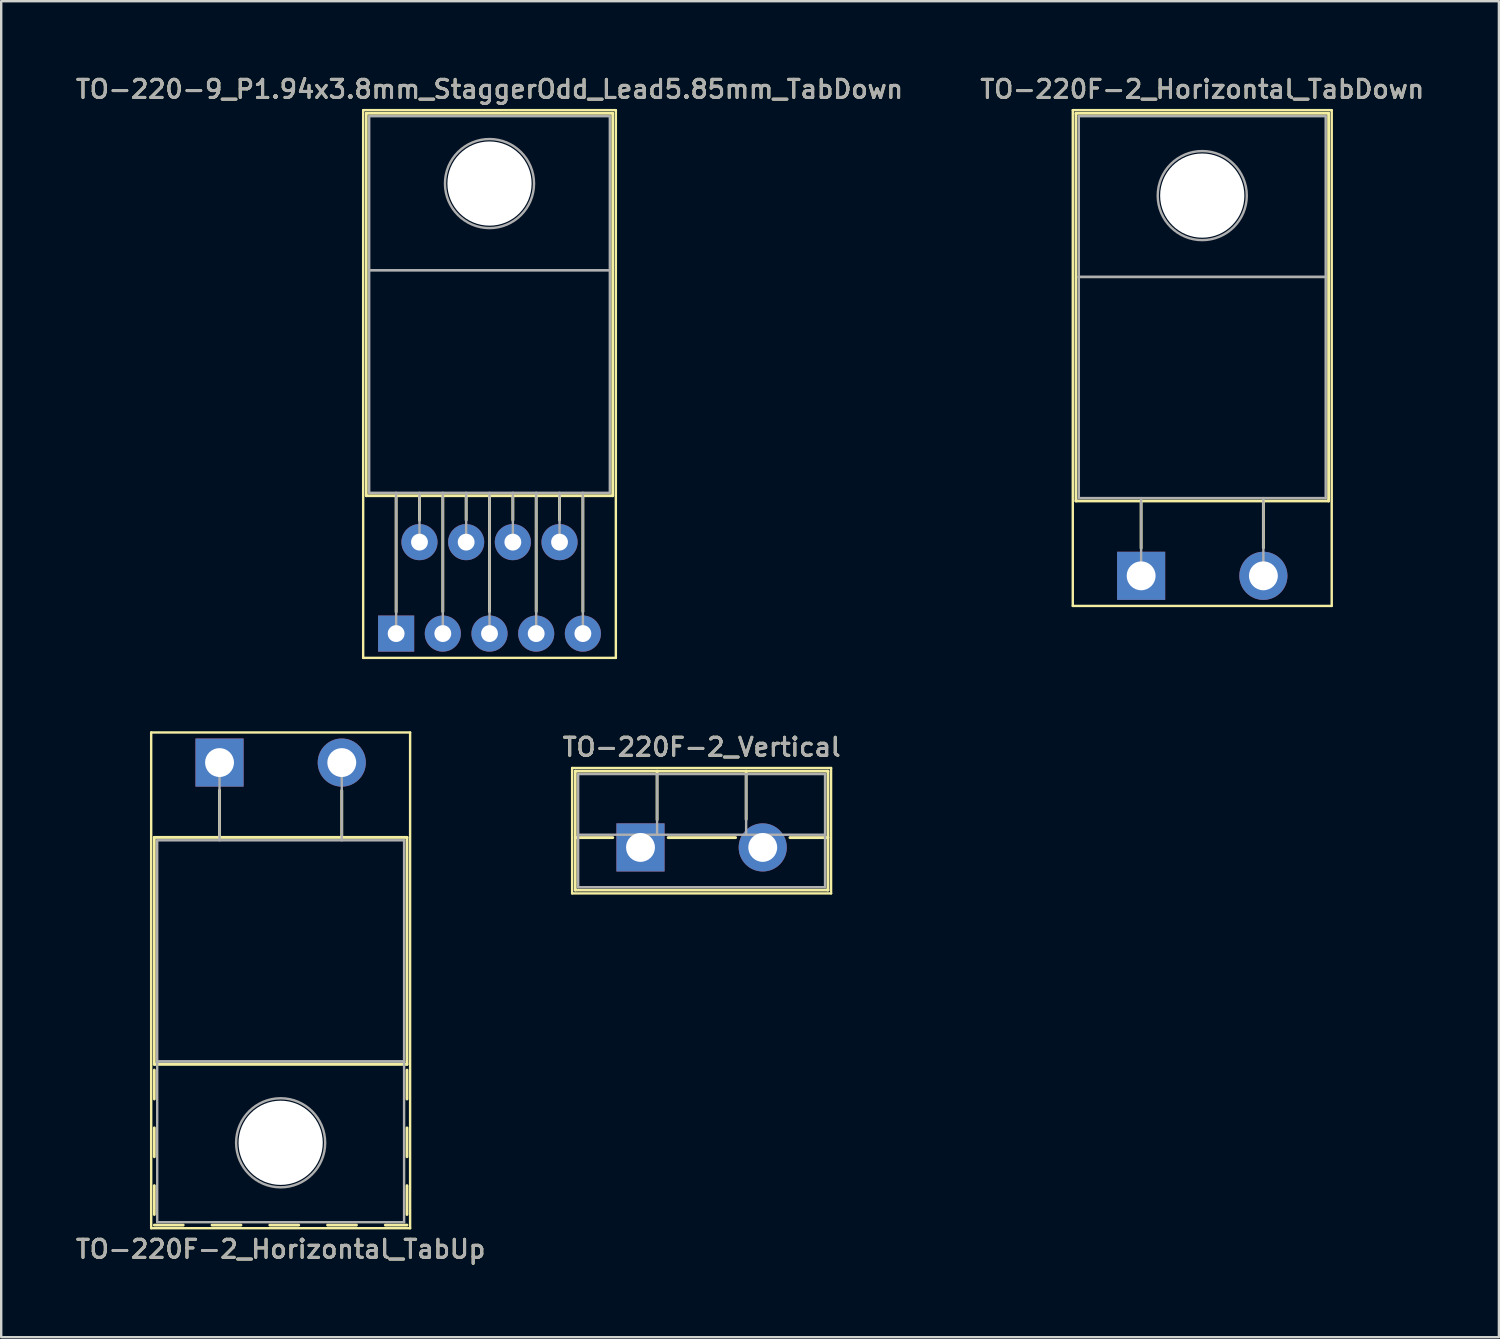
<source format=kicad_pcb>
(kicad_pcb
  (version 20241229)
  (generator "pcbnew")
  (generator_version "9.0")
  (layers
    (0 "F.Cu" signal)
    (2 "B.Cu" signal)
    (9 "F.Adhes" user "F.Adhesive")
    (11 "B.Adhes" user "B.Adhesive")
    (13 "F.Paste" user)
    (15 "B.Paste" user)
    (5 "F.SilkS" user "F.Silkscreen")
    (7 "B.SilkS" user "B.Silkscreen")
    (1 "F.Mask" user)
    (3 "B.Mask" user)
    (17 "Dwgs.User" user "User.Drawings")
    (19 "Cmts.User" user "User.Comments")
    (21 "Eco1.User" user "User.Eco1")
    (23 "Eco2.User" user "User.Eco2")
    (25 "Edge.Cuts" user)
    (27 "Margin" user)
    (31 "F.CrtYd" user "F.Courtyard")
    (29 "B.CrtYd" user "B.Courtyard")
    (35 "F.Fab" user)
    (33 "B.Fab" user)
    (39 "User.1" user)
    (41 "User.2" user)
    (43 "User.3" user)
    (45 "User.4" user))
  (footprint "TO-220F-2_Vertical"
    (layer "F.Cu")
    (at 23.565 32.164)
    (property "Reference" "TO-220F-2_Vertical" (at 2.54 -4.168 0) (layer "F.SilkS") (effects (font (size 0.75 0.75) (thickness 0.125))))
    (attr through_hole)
    (fp_line (start -2.84 -3.3) (end -2.84 1.91) (stroke (width 0.1) (type solid)) (layer "F.SilkS"))
    (fp_line (start -2.84 1.91) (end 7.92 1.91) (stroke (width 0.1) (type solid)) (layer "F.SilkS"))
    (fp_line (start -2.71 -3.168) (end -2.71 1.773) (stroke (width 0.12) (type solid)) (layer "F.SilkS"))
    (fp_line (start -2.71 -3.168) (end 7.79 -3.168) (stroke (width 0.12) (type solid)) (layer "F.SilkS"))
    (fp_line (start -2.71 -0.408) (end -1.15 -0.408) (stroke (width 0.12) (type solid)) (layer "F.SilkS"))
    (fp_line (start -2.71 1.773) (end 7.79 1.773) (stroke (width 0.12) (type solid)) (layer "F.SilkS"))
    (fp_line (start 0.69 -3.168) (end 0.69 -1.15) (stroke (width 0.12) (type solid)) (layer "F.SilkS"))
    (fp_line (start 1.15 -0.408) (end 3.952 -0.408) (stroke (width 0.12) (type solid)) (layer "F.SilkS"))
    (fp_line (start 4.391 -3.168) (end 4.391 -1.165) (stroke (width 0.12) (type solid)) (layer "F.SilkS"))
    (fp_line (start 6.209 -0.408) (end 7.79 -0.408) (stroke (width 0.12) (type solid)) (layer "F.SilkS"))
    (fp_line (start 7.79 -3.168) (end 7.79 1.773) (stroke (width 0.12) (type solid)) (layer "F.SilkS"))
    (fp_line (start 7.92 -3.3) (end -2.84 -3.3) (stroke (width 0.1) (type solid)) (layer "F.SilkS"))
    (fp_line (start 7.92 1.91) (end 7.92 -3.3) (stroke (width 0.1) (type solid)) (layer "F.SilkS"))
    (fp_line (start -2.59 -3.047) (end -2.59 1.653) (stroke (width 0.1) (type solid)) (layer "F.Fab"))
    (fp_line (start -2.59 -0.527) (end 7.67 -0.527) (stroke (width 0.1) (type solid)) (layer "F.Fab"))
    (fp_line (start -2.59 1.653) (end 7.67 1.653) (stroke (width 0.1) (type solid)) (layer "F.Fab"))
    (fp_line (start 0.69 -3.047) (end 0.69 -0.527) (stroke (width 0.1) (type solid)) (layer "F.Fab"))
    (fp_line (start 4.39 -3.047) (end 4.39 -0.527) (stroke (width 0.1) (type solid)) (layer "F.Fab"))
    (fp_line (start 7.67 -3.047) (end -2.59 -3.047) (stroke (width 0.1) (type solid)) (layer "F.Fab"))
    (fp_line (start 7.67 1.653) (end 7.67 -3.047) (stroke (width 0.1) (type solid)) (layer "F.Fab"))
    (fp_text user "${REFERENCE}" (at 2.54 -4.168 0) (layer "F.Fab") (effects (font (size 0.75 0.75) (thickness 0.125))))
    (pad "1" thru_hole rect (at 0 0) (size 2 2) (drill 1.2) (layers "*.Cu" "*.Mask"))
    (pad "2" thru_hole circle (at 5.08 0) (size 2 2) (drill 1.2) (layers "*.Cu" "*.Mask")))
  (footprint "TO-220-9_P1.94x3.8mm_StaggerOdd_Lead5.85mm_TabDown"
    (layer "F.Cu")
    (at 13.411 23.278)
    (property "Reference" "TO-220-9_P1.94x3.8mm_StaggerOdd_Lead5.85mm_TabDown" (at 3.88 -22.62 0) (layer "F.SilkS") (effects (font (size 0.75 0.75) (thickness 0.125))))
    (attr through_hole)
    (fp_line (start -1.37 -21.75) (end -1.37 1.01) (stroke (width 0.1) (type solid)) (layer "F.SilkS"))
    (fp_line (start -1.37 1.01) (end 9.13 1.01) (stroke (width 0.1) (type solid)) (layer "F.SilkS"))
    (fp_line (start -1.241 -21.62) (end -1.241 -5.73) (stroke (width 0.12) (type solid)) (layer "F.SilkS"))
    (fp_line (start -1.241 -21.62) (end 9 -21.62) (stroke (width 0.12) (type solid)) (layer "F.SilkS"))
    (fp_line (start -1.241 -5.73) (end 9 -5.73) (stroke (width 0.12) (type solid)) (layer "F.SilkS"))
    (fp_line (start 0 -5.73) (end 0 -0.9) (stroke (width 0.12) (type solid)) (layer "F.SilkS"))
    (fp_line (start 0.97 -5.73) (end 0.97 -4.716) (stroke (width 0.12) (type solid)) (layer "F.SilkS"))
    (fp_line (start 1.94 -5.73) (end 1.94 -0.915) (stroke (width 0.12) (type solid)) (layer "F.SilkS"))
    (fp_line (start 2.91 -5.73) (end 2.91 -4.716) (stroke (width 0.12) (type solid)) (layer "F.SilkS"))
    (fp_line (start 3.88 -5.73) (end 3.88 -0.915) (stroke (width 0.12) (type solid)) (layer "F.SilkS"))
    (fp_line (start 4.85 -5.73) (end 4.85 -4.716) (stroke (width 0.12) (type solid)) (layer "F.SilkS"))
    (fp_line (start 5.82 -5.73) (end 5.82 -0.915) (stroke (width 0.12) (type solid)) (layer "F.SilkS"))
    (fp_line (start 6.79 -5.73) (end 6.79 -4.716) (stroke (width 0.12) (type solid)) (layer "F.SilkS"))
    (fp_line (start 7.76 -5.73) (end 7.76 -0.915) (stroke (width 0.12) (type solid)) (layer "F.SilkS"))
    (fp_line (start 9 -21.62) (end 9 -5.73) (stroke (width 0.12) (type solid)) (layer "F.SilkS"))
    (fp_line (start 9.13 -21.75) (end -1.37 -21.75) (stroke (width 0.1) (type solid)) (layer "F.SilkS"))
    (fp_line (start 9.13 1.01) (end 9.13 -21.75) (stroke (width 0.1) (type solid)) (layer "F.SilkS"))
    (fp_line (start -1.12 -21.5) (end 8.88 -21.5) (stroke (width 0.1) (type solid)) (layer "F.Fab"))
    (fp_line (start -1.12 -15.1) (end -1.12 -21.5) (stroke (width 0.1) (type solid)) (layer "F.Fab"))
    (fp_line (start -1.12 -15.1) (end 8.88 -15.1) (stroke (width 0.1) (type solid)) (layer "F.Fab"))
    (fp_line (start -1.12 -5.85) (end -1.12 -15.1) (stroke (width 0.1) (type solid)) (layer "F.Fab"))
    (fp_line (start 0 -5.85) (end 0 0) (stroke (width 0.1) (type solid)) (layer "F.Fab"))
    (fp_line (start 0.97 -5.85) (end 0.97 -3.8) (stroke (width 0.1) (type solid)) (layer "F.Fab"))
    (fp_line (start 1.94 -5.85) (end 1.94 0) (stroke (width 0.1) (type solid)) (layer "F.Fab"))
    (fp_line (start 2.91 -5.85) (end 2.91 -3.8) (stroke (width 0.1) (type solid)) (layer "F.Fab"))
    (fp_line (start 3.88 -5.85) (end 3.88 0) (stroke (width 0.1) (type solid)) (layer "F.Fab"))
    (fp_line (start 4.85 -5.85) (end 4.85 -3.8) (stroke (width 0.1) (type solid)) (layer "F.Fab"))
    (fp_line (start 5.82 -5.85) (end 5.82 0) (stroke (width 0.1) (type solid)) (layer "F.Fab"))
    (fp_line (start 6.79 -5.85) (end 6.79 -3.8) (stroke (width 0.1) (type solid)) (layer "F.Fab"))
    (fp_line (start 7.76 -5.85) (end 7.76 0) (stroke (width 0.1) (type solid)) (layer "F.Fab"))
    (fp_line (start 8.88 -21.5) (end 8.88 -15.1) (stroke (width 0.1) (type solid)) (layer "F.Fab"))
    (fp_line (start 8.88 -15.1) (end -1.12 -15.1) (stroke (width 0.1) (type solid)) (layer "F.Fab"))
    (fp_line (start 8.88 -15.1) (end 8.88 -5.85) (stroke (width 0.1) (type solid)) (layer "F.Fab"))
    (fp_line (start 8.88 -5.85) (end -1.12 -5.85) (stroke (width 0.1) (type solid)) (layer "F.Fab"))
    (fp_circle (center 3.88 -18.7) (end 5.73 -18.7) (stroke (width 0.1) (type solid)) (fill no) (layer "F.Fab"))
    (fp_text user "${REFERENCE}" (at 3.88 -22.62 0) (layer "F.Fab") (effects (font (size 0.75 0.75) (thickness 0.125))))
    (pad "" np_thru_hole oval (at 3.88 -18.7) (size 3.5 3.5) (drill 3.5) (layers "*.Cu" "*.Mask"))
    (pad "1" thru_hole rect (at 0 0) (size 1.5 1.5) (drill 0.7) (layers "*.Cu" "*.Mask"))
    (pad "2" thru_hole oval (at 0.97 -3.8) (size 1.5 1.5) (drill 0.7) (layers "*.Cu" "*.Mask"))
    (pad "3" thru_hole oval (at 1.94 0) (size 1.5 1.5) (drill 0.7) (layers "*.Cu" "*.Mask"))
    (pad "4" thru_hole oval (at 2.91 -3.8) (size 1.5 1.5) (drill 0.7) (layers "*.Cu" "*.Mask"))
    (pad "5" thru_hole oval (at 3.88 0) (size 1.5 1.5) (drill 0.7) (layers "*.Cu" "*.Mask"))
    (pad "6" thru_hole oval (at 4.85 -3.8) (size 1.5 1.5) (drill 0.7) (layers "*.Cu" "*.Mask"))
    (pad "7" thru_hole oval (at 5.82 0) (size 1.5 1.5) (drill 0.7) (layers "*.Cu" "*.Mask"))
    (pad "8" thru_hole oval (at 6.79 -3.8) (size 1.5 1.5) (drill 0.7) (layers "*.Cu" "*.Mask"))
    (pad "9" thru_hole oval (at 7.76 0) (size 1.5 1.5) (drill 0.7) (layers "*.Cu" "*.Mask")))
  (footprint "TO-220F-2_Horizontal_TabDown"
    (layer "F.Cu")
    (at 44.369 20.878)
    (property "Reference" "TO-220F-2_Horizontal_TabDown" (at 2.54 -20.22 0) (layer "F.SilkS") (effects (font (size 0.75 0.75) (thickness 0.125))))
    (attr through_hole)
    (fp_line (start -2.84 -19.35) (end -2.84 1.25) (stroke (width 0.1) (type solid)) (layer "F.SilkS"))
    (fp_line (start -2.84 1.25) (end 7.92 1.25) (stroke (width 0.1) (type solid)) (layer "F.SilkS"))
    (fp_line (start -2.71 -19.22) (end -2.71 -3.11) (stroke (width 0.12) (type solid)) (layer "F.SilkS"))
    (fp_line (start -2.71 -19.22) (end 7.79 -19.22) (stroke (width 0.12) (type solid)) (layer "F.SilkS"))
    (fp_line (start -2.71 -3.11) (end 7.79 -3.11) (stroke (width 0.12) (type solid)) (layer "F.SilkS"))
    (fp_line (start 0 -3.11) (end 0 -1.15) (stroke (width 0.12) (type solid)) (layer "F.SilkS"))
    (fp_line (start 5.08 -3.11) (end 5.08 -1.165) (stroke (width 0.12) (type solid)) (layer "F.SilkS"))
    (fp_line (start 7.79 -19.22) (end 7.79 -3.11) (stroke (width 0.12) (type solid)) (layer "F.SilkS"))
    (fp_line (start 7.92 -19.35) (end -2.84 -19.35) (stroke (width 0.1) (type solid)) (layer "F.SilkS"))
    (fp_line (start 7.92 1.25) (end 7.92 -19.35) (stroke (width 0.1) (type solid)) (layer "F.SilkS"))
    (fp_line (start -2.59 -19.1) (end 7.67 -19.1) (stroke (width 0.1) (type solid)) (layer "F.Fab"))
    (fp_line (start -2.59 -12.42) (end -2.59 -19.1) (stroke (width 0.1) (type solid)) (layer "F.Fab"))
    (fp_line (start -2.59 -12.42) (end 7.67 -12.42) (stroke (width 0.1) (type solid)) (layer "F.Fab"))
    (fp_line (start -2.59 -3.23) (end -2.59 -12.42) (stroke (width 0.1) (type solid)) (layer "F.Fab"))
    (fp_line (start 0 -3.23) (end 0 0) (stroke (width 0.1) (type solid)) (layer "F.Fab"))
    (fp_line (start 5.08 -3.23) (end 5.08 0) (stroke (width 0.1) (type solid)) (layer "F.Fab"))
    (fp_line (start 7.67 -19.1) (end 7.67 -12.42) (stroke (width 0.1) (type solid)) (layer "F.Fab"))
    (fp_line (start 7.67 -12.42) (end -2.59 -12.42) (stroke (width 0.1) (type solid)) (layer "F.Fab"))
    (fp_line (start 7.67 -12.42) (end 7.67 -3.23) (stroke (width 0.1) (type solid)) (layer "F.Fab"))
    (fp_line (start 7.67 -3.23) (end -2.59 -3.23) (stroke (width 0.1) (type solid)) (layer "F.Fab"))
    (fp_circle (center 2.54 -15.8) (end 4.39 -15.8) (stroke (width 0.1) (type solid)) (fill no) (layer "F.Fab"))
    (fp_text user "${REFERENCE}" (at 2.54 -20.22 0) (layer "F.Fab") (effects (font (size 0.75 0.75) (thickness 0.125))))
    (pad "" np_thru_hole circle (at 2.54 -15.8) (size 3.5 3.5) (drill 3.5) (layers "*.Cu" "*.Mask"))
    (pad "1" thru_hole rect (at 0 0) (size 2 2) (drill 1.2) (layers "*.Cu" "*.Mask"))
    (pad "2" thru_hole circle (at 5.08 0) (size 2 2) (drill 1.2) (layers "*.Cu" "*.Mask")))
  (footprint "TO-220F-2_Horizontal_TabUp"
    (layer "F.Cu")
    (at 6.072 28.638)
    (property "Reference" "TO-220F-2_Horizontal_TabUp" (at 2.54 20.22 0) (layer "F.SilkS") (effects (font (size 0.75 0.75) (thickness 0.125))))
    (attr through_hole)
    (fp_line (start -2.84 -1.25) (end -2.84 19.35) (stroke (width 0.1) (type solid)) (layer "F.SilkS"))
    (fp_line (start -2.84 19.35) (end 7.92 19.35) (stroke (width 0.1) (type solid)) (layer "F.SilkS"))
    (fp_line (start -2.71 3.11) (end -2.71 12.54) (stroke (width 0.12) (type solid)) (layer "F.SilkS"))
    (fp_line (start -2.71 3.11) (end 7.79 3.11) (stroke (width 0.12) (type solid)) (layer "F.SilkS"))
    (fp_line (start -2.71 12.54) (end 7.79 12.54) (stroke (width 0.12) (type solid)) (layer "F.SilkS"))
    (fp_line (start -2.71 12.78) (end -2.71 13.98) (stroke (width 0.12) (type solid)) (layer "F.SilkS"))
    (fp_line (start -2.71 15.18) (end -2.71 16.38) (stroke (width 0.12) (type solid)) (layer "F.SilkS"))
    (fp_line (start -2.71 17.58) (end -2.71 18.78) (stroke (width 0.12) (type solid)) (layer "F.SilkS"))
    (fp_line (start -2.71 19.22) (end -1.51 19.22) (stroke (width 0.12) (type solid)) (layer "F.SilkS"))
    (fp_line (start -0.311 19.22) (end 0.89 19.22) (stroke (width 0.12) (type solid)) (layer "F.SilkS"))
    (fp_line (start 0 1.15) (end 0 3.11) (stroke (width 0.12) (type solid)) (layer "F.SilkS"))
    (fp_line (start 2.09 19.22) (end 3.29 19.22) (stroke (width 0.12) (type solid)) (layer "F.SilkS"))
    (fp_line (start 4.49 19.22) (end 5.69 19.22) (stroke (width 0.12) (type solid)) (layer "F.SilkS"))
    (fp_line (start 5.08 1.165) (end 5.08 3.11) (stroke (width 0.12) (type solid)) (layer "F.SilkS"))
    (fp_line (start 6.89 19.22) (end 7.79 19.22) (stroke (width 0.12) (type solid)) (layer "F.SilkS"))
    (fp_line (start 7.79 3.11) (end 7.79 12.54) (stroke (width 0.12) (type solid)) (layer "F.SilkS"))
    (fp_line (start 7.79 12.78) (end 7.79 13.98) (stroke (width 0.12) (type solid)) (layer "F.SilkS"))
    (fp_line (start 7.79 15.18) (end 7.79 16.38) (stroke (width 0.12) (type solid)) (layer "F.SilkS"))
    (fp_line (start 7.79 17.58) (end 7.79 18.78) (stroke (width 0.12) (type solid)) (layer "F.SilkS"))
    (fp_line (start 7.92 -1.25) (end -2.84 -1.25) (stroke (width 0.1) (type solid)) (layer "F.SilkS"))
    (fp_line (start 7.92 19.35) (end 7.92 -1.25) (stroke (width 0.1) (type solid)) (layer "F.SilkS"))
    (fp_line (start -2.59 3.23) (end -2.59 12.42) (stroke (width 0.1) (type solid)) (layer "F.Fab"))
    (fp_line (start -2.59 12.42) (end -2.59 19.1) (stroke (width 0.1) (type solid)) (layer "F.Fab"))
    (fp_line (start -2.59 12.42) (end 7.67 12.42) (stroke (width 0.1) (type solid)) (layer "F.Fab"))
    (fp_line (start -2.59 19.1) (end 7.67 19.1) (stroke (width 0.1) (type solid)) (layer "F.Fab"))
    (fp_line (start 0 3.23) (end 0 0) (stroke (width 0.1) (type solid)) (layer "F.Fab"))
    (fp_line (start 5.08 3.23) (end 5.08 0) (stroke (width 0.1) (type solid)) (layer "F.Fab"))
    (fp_line (start 7.67 3.23) (end -2.59 3.23) (stroke (width 0.1) (type solid)) (layer "F.Fab"))
    (fp_line (start 7.67 12.42) (end -2.59 12.42) (stroke (width 0.1) (type solid)) (layer "F.Fab"))
    (fp_line (start 7.67 12.42) (end 7.67 3.23) (stroke (width 0.1) (type solid)) (layer "F.Fab"))
    (fp_line (start 7.67 19.1) (end 7.67 12.42) (stroke (width 0.1) (type solid)) (layer "F.Fab"))
    (fp_circle (center 2.54 15.8) (end 4.39 15.8) (stroke (width 0.1) (type solid)) (fill no) (layer "F.Fab"))
    (fp_text user "${REFERENCE}" (at 2.54 20.22 0) (layer "F.Fab") (effects (font (size 0.75 0.75) (thickness 0.125))))
    (pad "" np_thru_hole circle (at 2.54 15.8) (size 3.5 3.5) (drill 3.5) (layers "*.Cu" "*.Mask"))
    (pad "1" thru_hole rect (at 0 0) (size 2 2) (drill 1.2) (layers "*.Cu" "*.Mask"))
    (pad "2" thru_hole circle (at 5.08 0) (size 2 2) (drill 1.2) (layers "*.Cu" "*.Mask")))
  (gr_rect
    (start -3 -3)
    (end 59.236 52.516)
    (stroke (width 0.1) (type default))
    (fill no)
    (layer "Edge.Cuts")))
</source>
